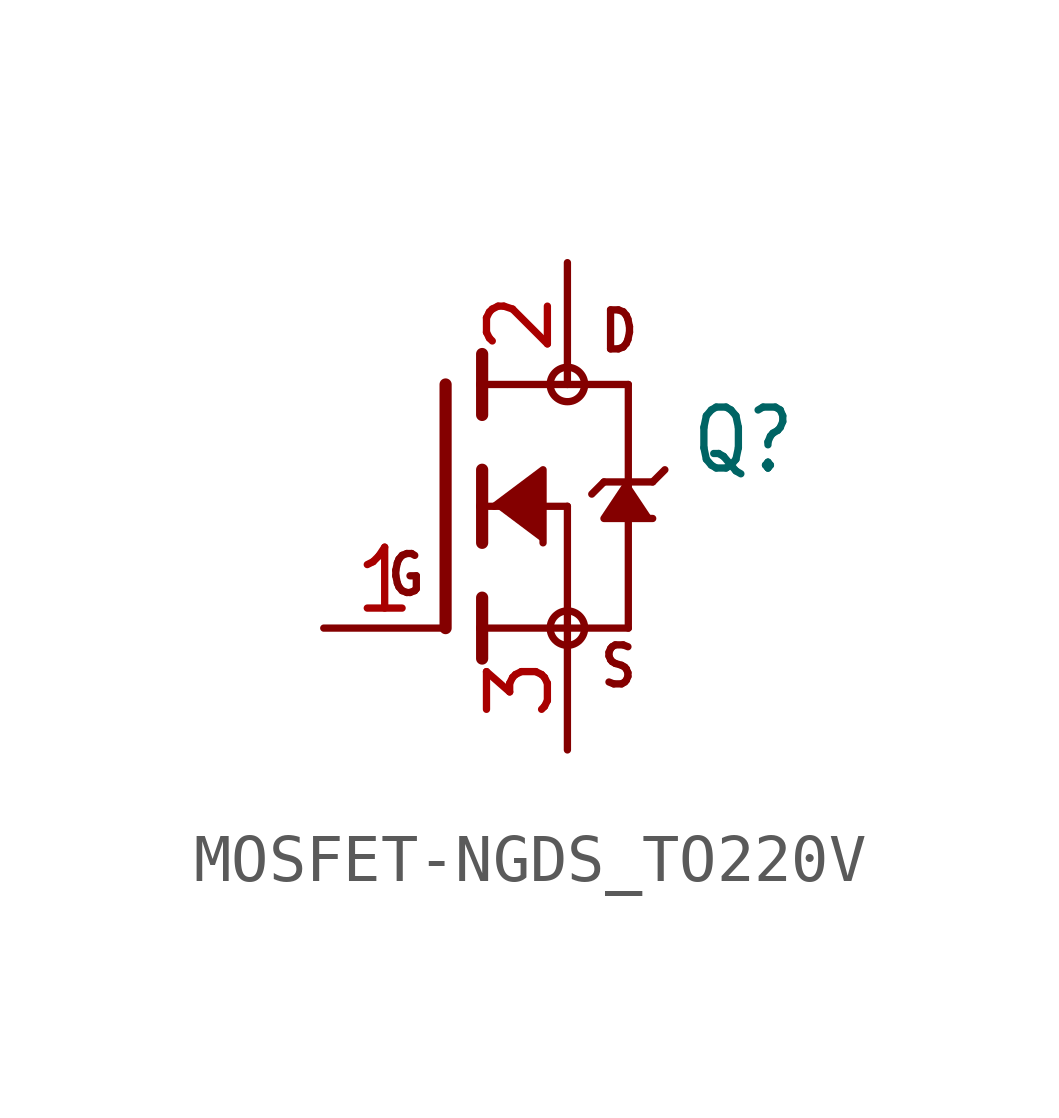
<source format=kicad_sym>
(kicad_symbol_lib
  (version 20231120)
  (generator "kicad_symbol_editor")
  (generator_version "8.0")
  (symbol "MOSFET-NGDS_TO220V"
    (property "Reference" "Q"
      (at 5.08 0.635 0)
      (effects (font (size 1.27 1.079)) (justify left bottom)))
    (property "Value" ""
      (at 5.08 -1.27 0)
      (effects (font (size 1.27 1.079)) (justify left bottom)))
    (property "ki_locked" ""
      (at 0 0 0)
      (effects (font (size 1.27 1.27))))
    (symbol "MOSFET-NGDS_TO220V_1_0"
      (polyline (pts (xy 0 2.54) (xy 0 -2.54)) (stroke (width 0.254) (type solid)) (fill (type none)))
      (polyline (pts (xy 0.762 -2.54) (xy 0.762 -3.175)) (stroke (width 0.254) (type solid)) (fill (type none)))
      (polyline (pts (xy 0.762 -1.905) (xy 0.762 -2.54)) (stroke (width 0.254) (type solid)) (fill (type none)))
      (polyline (pts (xy 0.762 0) (xy 0.762 -0.762)) (stroke (width 0.254) (type solid)) (fill (type none)))
      (polyline (pts (xy 0.762 0) (xy 2.54 0)) (stroke (width 0.152) (type solid)) (fill (type none)))
      (polyline (pts (xy 0.762 0.762) (xy 0.762 0)) (stroke (width 0.254) (type solid)) (fill (type none)))
      (polyline (pts (xy 0.762 2.54) (xy 0.762 1.905)) (stroke (width 0.254) (type solid)) (fill (type none)))
      (polyline (pts (xy 0.762 2.54) (xy 3.81 2.54)) (stroke (width 0.152) (type solid)) (fill (type none)))
      (polyline (pts (xy 0.762 3.175) (xy 0.762 2.54)) (stroke (width 0.254) (type solid)) (fill (type none)))
      (polyline (pts (xy 2.54 -2.54) (xy 0.762 -2.54)) (stroke (width 0.152) (type solid)) (fill (type none)))
      (polyline (pts (xy 2.54 -2.54) (xy 3.81 -2.54)) (stroke (width 0.152) (type solid)) (fill (type none)))
      (polyline (pts (xy 2.54 0) (xy 2.54 -2.54)) (stroke (width 0.152) (type solid)) (fill (type none)))
      (polyline (pts (xy 3.302 0.508) (xy 3.048 0.254)) (stroke (width 0.152) (type solid)) (fill (type none)))
      (polyline (pts (xy 3.81 0.508) (xy 3.302 0.508)) (stroke (width 0.152) (type solid)) (fill (type none)))
      (polyline (pts (xy 3.81 0.508) (xy 3.81 -2.54)) (stroke (width 0.152) (type solid)) (fill (type none)))
      (polyline (pts (xy 3.81 2.54) (xy 3.81 0.508)) (stroke (width 0.152) (type solid)) (fill (type none)))
      (polyline (pts (xy 4.318 0.508) (xy 3.81 0.508)) (stroke (width 0.152) (type solid)) (fill (type none)))
      (polyline (pts (xy 4.572 0.762) (xy 4.318 0.508)) (stroke (width 0.152) (type solid)) (fill (type none)))
      (polyline (pts (xy 1.016 0) (xy 2.032 0.762) (xy 2.032 -0.762)) (stroke (width 0.152) (type solid)) (fill (type outline)))
      (polyline (pts (xy 3.81 0.508) (xy 3.302 -0.254) (xy 4.318 -0.254)) (stroke (width 0.152) (type solid)) (fill (type outline)))
      (circle (center 2.54 -2.54) (radius 0.359) (stroke (width 0) (type solid)) (fill (type none)))
      (circle (center 2.54 2.54) (radius 0.359) (stroke (width 0) (type solid)) (fill (type none)))
      (text "D" (at 3.175 3.175 0) (effects (font (size 0.813 0.691)) (justify left bottom)))
      (text "G" (at -1.27 -1.905 0) (effects (font (size 0.813 0.691)) (justify left bottom)))
      (text "S" (at 3.175 -3.81 0) (effects (font (size 0.813 0.691)) (justify left bottom)))
      (pin bidirectional line (at -2.54 -2.54 0) (length 2.54) (name "G" (effects (font (size 0 0)))) (number "1" (effects (font (size 1.27 1.27)))))
      (pin bidirectional line (at 2.54 5.08 270) (length 2.54) (name "D" (effects (font (size 0 0)))) (number "2" (effects (font (size 1.27 1.27)))))
      (pin bidirectional line (at 2.54 -5.08 90) (length 2.54) (name "S" (effects (font (size 0 0)))) (number "3" (effects (font (size 1.27 1.27))))))))
</source>
